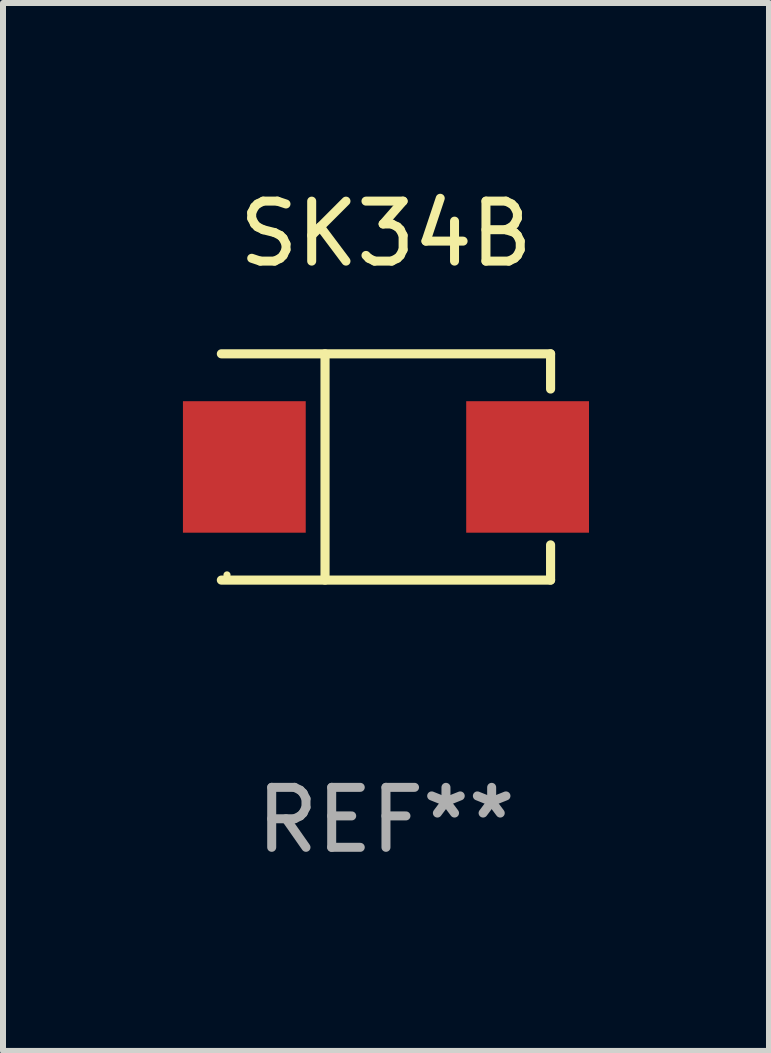
<source format=kicad_pcb>
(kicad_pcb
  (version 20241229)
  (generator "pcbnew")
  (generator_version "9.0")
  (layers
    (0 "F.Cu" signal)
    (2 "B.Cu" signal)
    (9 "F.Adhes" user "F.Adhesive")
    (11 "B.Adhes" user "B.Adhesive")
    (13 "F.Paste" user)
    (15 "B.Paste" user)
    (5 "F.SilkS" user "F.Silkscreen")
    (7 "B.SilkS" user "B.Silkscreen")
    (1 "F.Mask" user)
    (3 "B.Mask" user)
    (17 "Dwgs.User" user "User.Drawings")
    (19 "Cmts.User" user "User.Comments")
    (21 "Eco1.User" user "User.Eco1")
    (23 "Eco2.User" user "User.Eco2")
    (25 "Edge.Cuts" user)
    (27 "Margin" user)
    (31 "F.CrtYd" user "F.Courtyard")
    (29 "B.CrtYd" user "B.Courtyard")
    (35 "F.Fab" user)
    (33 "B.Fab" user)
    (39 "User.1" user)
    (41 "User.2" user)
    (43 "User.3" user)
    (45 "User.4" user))
  (footprint "SK34B"
    (layer "F.Cu")
    (at 3.384 4.734)
    (property "Reference" "SK34B" (at 0 -3.886 0) (layer "F.SilkS") (effects (font (size 1 1) (thickness 0.15))))
    (attr through_hole)
    (fp_line (start -2.744 -1.886) (end 2.744 -1.886) (stroke (width 0.152) (type solid)) (layer "F.SilkS"))
    (fp_line (start -2.744 1.886) (end 2.744 1.886) (stroke (width 0.152) (type solid)) (layer "F.SilkS"))
    (fp_line (start -1.016 -1.886) (end -1.016 1.886) (stroke (width 0.152) (type solid)) (layer "F.SilkS"))
    (fp_line (start 2.744 -1.886) (end 2.744 -1.299) (stroke (width 0.152) (type solid)) (layer "F.SilkS"))
    (fp_line (start 2.744 1.886) (end 2.744 1.299) (stroke (width 0.152) (type solid)) (layer "F.SilkS"))
    (fp_circle (center -2.65 1.8) (end -2.62 1.8) (stroke (width 0.06) (type solid)) (fill no) (layer "F.SilkS"))
    (fp_text user "REF**" (at 0 5.886 0) (layer "F.Fab") (effects (font (size 1 1) (thickness 0.15))))
    (pad "1" smd rect (at -2.361 0) (size 2.047 2.192) (layers "F.Cu" "F.Mask" "F.Paste"))
    (pad "2" smd rect (at 2.361 0) (size 2.047 2.192) (layers "F.Cu" "F.Mask" "F.Paste")))
  (gr_rect
    (start -3 -3)
    (end 9.769 14.469)
    (stroke (width 0.1) (type default))
    (fill no)
    (layer "Edge.Cuts")))
</source>
